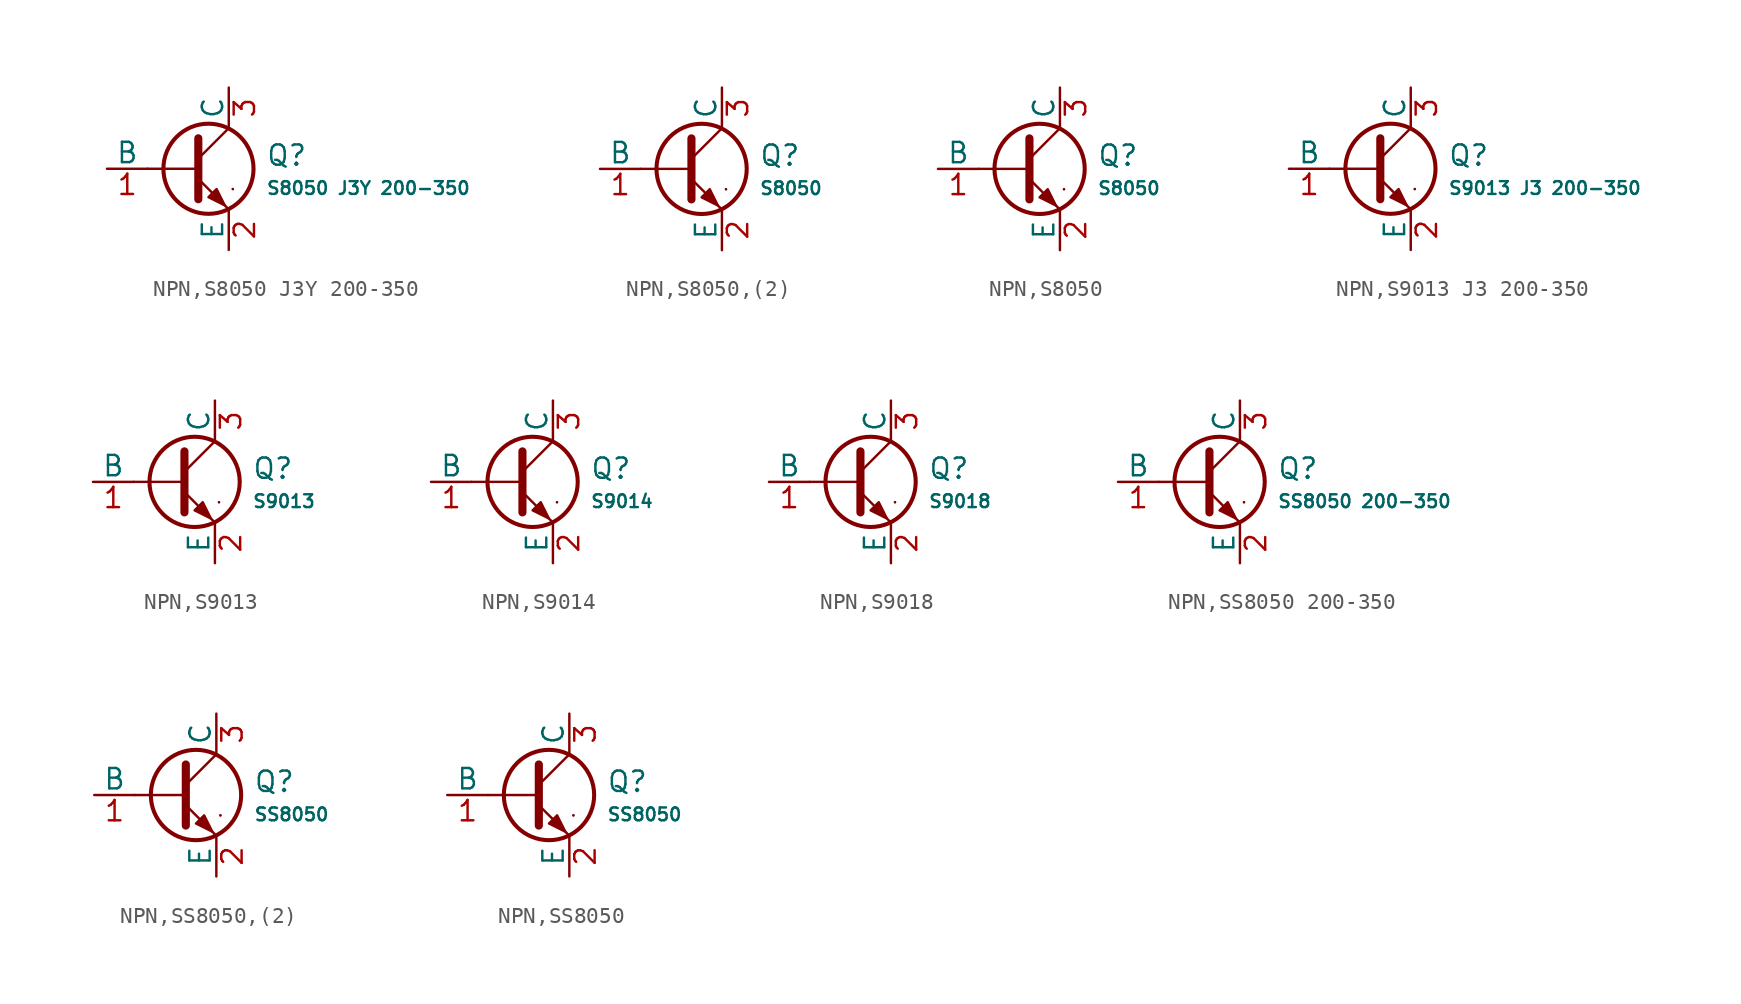
<source format=kicad_sym>
(kicad_symbol_lib
  (version 20231120)
  (generator "CDFER")
  (generator_version "8.0")
  (symbol "NPN,S8050 J3Y 200-350"
    (pin_names
      (offset 0))
    (property "Reference" "Q"
      (at 4.851 0.834 0)
      (effects (font (size 1.27 1.27)) (justify left)))
    (property "Value" "S8050 J3Y 200-350"
      (at 4.851 -1.212 0)
      (effects (font (size 0.8 0.8)) (justify left)))
    (symbol "NPN,S8050 J3Y 200-350_0_1"
      (polyline (pts (xy -2.54 0) (xy 0.635 0)) (stroke (width 0.152) (type default)) (fill (type none)))
      (polyline (pts (xy 0.635 0.635) (xy 2.54 2.54)) (stroke (width 0) (type default)) (fill (type none)))
      (polyline (pts (xy 2.794 -1.27) (xy 2.794 -1.27)) (stroke (width 0.152) (type default)) (fill (type none)))
      (polyline (pts (xy 2.794 -1.27) (xy 2.794 -1.27)) (stroke (width 0.152) (type default)) (fill (type none)))
      (polyline (pts (xy 0.635 -0.635) (xy 2.54 -2.54) (xy 2.54 -2.54)) (stroke (width 0) (type default)) (fill (type none)))
      (polyline (pts (xy 0.635 1.905) (xy 0.635 -1.905) (xy 0.635 -1.905)) (stroke (width 0.508) (type default)) (fill (type none)))
      (polyline (pts (xy 1.27 -1.778) (xy 1.778 -1.27) (xy 2.286 -2.286) (xy 1.27 -1.778) (xy 1.27 -1.778)) (stroke (width 0) (type default)) (fill (type outline)))
      (circle (center 1.27 0) (radius 2.819) (stroke (width 0.254) (type default)) (fill (type none))))
    (symbol "NPN,S8050 J3Y 200-350_1_1"
      (pin open_collector line (at 2.54 5.08 270) (length 2.54) (name "C" (effects (font (size 1.27 1.27)))) (number "3" (effects (font (size 1.27 1.27)))))
      (pin input line (at -5.08 0 0) (length 2.54) (name "B" (effects (font (size 1.27 1.27)))) (number "1" (effects (font (size 1.27 1.27)))))
      (pin open_emitter line (at 2.54 -5.08 90) (length 2.54) (name "E" (effects (font (size 1.27 1.27)))) (number "2" (effects (font (size 1.27 1.27)))))))
  (symbol "NPN,S8050,(2)"
    (pin_names
      (offset 0))
    (property "Reference" "Q"
      (at 4.851 0.834 0)
      (effects (font (size 1.27 1.27)) (justify left)))
    (property "Value" "S8050"
      (at 4.851 -1.212 0)
      (effects (font (size 0.8 0.8)) (justify left)))
    (symbol "NPN,S8050,(2)_0_1"
      (polyline (pts (xy -2.54 0) (xy 0.635 0)) (stroke (width 0.152) (type default)) (fill (type none)))
      (polyline (pts (xy 0.635 0.635) (xy 2.54 2.54)) (stroke (width 0) (type default)) (fill (type none)))
      (polyline (pts (xy 2.794 -1.27) (xy 2.794 -1.27)) (stroke (width 0.152) (type default)) (fill (type none)))
      (polyline (pts (xy 2.794 -1.27) (xy 2.794 -1.27)) (stroke (width 0.152) (type default)) (fill (type none)))
      (polyline (pts (xy 0.635 -0.635) (xy 2.54 -2.54) (xy 2.54 -2.54)) (stroke (width 0) (type default)) (fill (type none)))
      (polyline (pts (xy 0.635 1.905) (xy 0.635 -1.905) (xy 0.635 -1.905)) (stroke (width 0.508) (type default)) (fill (type none)))
      (polyline (pts (xy 1.27 -1.778) (xy 1.778 -1.27) (xy 2.286 -2.286) (xy 1.27 -1.778) (xy 1.27 -1.778)) (stroke (width 0) (type default)) (fill (type outline)))
      (circle (center 1.27 0) (radius 2.819) (stroke (width 0.254) (type default)) (fill (type none))))
    (symbol "NPN,S8050,(2)_1_1"
      (pin open_collector line (at 2.54 5.08 270) (length 2.54) (name "C" (effects (font (size 1.27 1.27)))) (number "3" (effects (font (size 1.27 1.27)))))
      (pin input line (at -5.08 0 0) (length 2.54) (name "B" (effects (font (size 1.27 1.27)))) (number "1" (effects (font (size 1.27 1.27)))))
      (pin open_emitter line (at 2.54 -5.08 90) (length 2.54) (name "E" (effects (font (size 1.27 1.27)))) (number "2" (effects (font (size 1.27 1.27)))))))
  (symbol "NPN,S8050"
    (pin_names
      (offset 0))
    (property "Reference" "Q"
      (at 4.851 0.834 0)
      (effects (font (size 1.27 1.27)) (justify left)))
    (property "Value" "S8050"
      (at 4.851 -1.212 0)
      (effects (font (size 0.8 0.8)) (justify left)))
    (symbol "NPN,S8050_0_1"
      (polyline (pts (xy -2.54 0) (xy 0.635 0)) (stroke (width 0.152) (type default)) (fill (type none)))
      (polyline (pts (xy 0.635 0.635) (xy 2.54 2.54)) (stroke (width 0) (type default)) (fill (type none)))
      (polyline (pts (xy 2.794 -1.27) (xy 2.794 -1.27)) (stroke (width 0.152) (type default)) (fill (type none)))
      (polyline (pts (xy 2.794 -1.27) (xy 2.794 -1.27)) (stroke (width 0.152) (type default)) (fill (type none)))
      (polyline (pts (xy 0.635 -0.635) (xy 2.54 -2.54) (xy 2.54 -2.54)) (stroke (width 0) (type default)) (fill (type none)))
      (polyline (pts (xy 0.635 1.905) (xy 0.635 -1.905) (xy 0.635 -1.905)) (stroke (width 0.508) (type default)) (fill (type none)))
      (polyline (pts (xy 1.27 -1.778) (xy 1.778 -1.27) (xy 2.286 -2.286) (xy 1.27 -1.778) (xy 1.27 -1.778)) (stroke (width 0) (type default)) (fill (type outline)))
      (circle (center 1.27 0) (radius 2.819) (stroke (width 0.254) (type default)) (fill (type none))))
    (symbol "NPN,S8050_1_1"
      (pin open_collector line (at 2.54 5.08 270) (length 2.54) (name "C" (effects (font (size 1.27 1.27)))) (number "3" (effects (font (size 1.27 1.27)))))
      (pin input line (at -5.08 0 0) (length 2.54) (name "B" (effects (font (size 1.27 1.27)))) (number "1" (effects (font (size 1.27 1.27)))))
      (pin open_emitter line (at 2.54 -5.08 90) (length 2.54) (name "E" (effects (font (size 1.27 1.27)))) (number "2" (effects (font (size 1.27 1.27)))))))
  (symbol "NPN,S9013 J3 200-350"
    (pin_names
      (offset 0))
    (property "Reference" "Q"
      (at 4.851 0.834 0)
      (effects (font (size 1.27 1.27)) (justify left)))
    (property "Value" "S9013 J3 200-350"
      (at 4.851 -1.212 0)
      (effects (font (size 0.8 0.8)) (justify left)))
    (symbol "NPN,S9013 J3 200-350_0_1"
      (polyline (pts (xy -2.54 0) (xy 0.635 0)) (stroke (width 0.152) (type default)) (fill (type none)))
      (polyline (pts (xy 0.635 0.635) (xy 2.54 2.54)) (stroke (width 0) (type default)) (fill (type none)))
      (polyline (pts (xy 2.794 -1.27) (xy 2.794 -1.27)) (stroke (width 0.152) (type default)) (fill (type none)))
      (polyline (pts (xy 2.794 -1.27) (xy 2.794 -1.27)) (stroke (width 0.152) (type default)) (fill (type none)))
      (polyline (pts (xy 0.635 -0.635) (xy 2.54 -2.54) (xy 2.54 -2.54)) (stroke (width 0) (type default)) (fill (type none)))
      (polyline (pts (xy 0.635 1.905) (xy 0.635 -1.905) (xy 0.635 -1.905)) (stroke (width 0.508) (type default)) (fill (type none)))
      (polyline (pts (xy 1.27 -1.778) (xy 1.778 -1.27) (xy 2.286 -2.286) (xy 1.27 -1.778) (xy 1.27 -1.778)) (stroke (width 0) (type default)) (fill (type outline)))
      (circle (center 1.27 0) (radius 2.819) (stroke (width 0.254) (type default)) (fill (type none))))
    (symbol "NPN,S9013 J3 200-350_1_1"
      (pin open_collector line (at 2.54 5.08 270) (length 2.54) (name "C" (effects (font (size 1.27 1.27)))) (number "3" (effects (font (size 1.27 1.27)))))
      (pin input line (at -5.08 0 0) (length 2.54) (name "B" (effects (font (size 1.27 1.27)))) (number "1" (effects (font (size 1.27 1.27)))))
      (pin open_emitter line (at 2.54 -5.08 90) (length 2.54) (name "E" (effects (font (size 1.27 1.27)))) (number "2" (effects (font (size 1.27 1.27)))))))
  (symbol "NPN,S9013"
    (pin_names
      (offset 0))
    (property "Reference" "Q"
      (at 4.851 0.834 0)
      (effects (font (size 1.27 1.27)) (justify left)))
    (property "Value" "S9013"
      (at 4.851 -1.212 0)
      (effects (font (size 0.8 0.8)) (justify left)))
    (symbol "NPN,S9013_0_1"
      (polyline (pts (xy -2.54 0) (xy 0.635 0)) (stroke (width 0.152) (type default)) (fill (type none)))
      (polyline (pts (xy 0.635 0.635) (xy 2.54 2.54)) (stroke (width 0) (type default)) (fill (type none)))
      (polyline (pts (xy 2.794 -1.27) (xy 2.794 -1.27)) (stroke (width 0.152) (type default)) (fill (type none)))
      (polyline (pts (xy 2.794 -1.27) (xy 2.794 -1.27)) (stroke (width 0.152) (type default)) (fill (type none)))
      (polyline (pts (xy 0.635 -0.635) (xy 2.54 -2.54) (xy 2.54 -2.54)) (stroke (width 0) (type default)) (fill (type none)))
      (polyline (pts (xy 0.635 1.905) (xy 0.635 -1.905) (xy 0.635 -1.905)) (stroke (width 0.508) (type default)) (fill (type none)))
      (polyline (pts (xy 1.27 -1.778) (xy 1.778 -1.27) (xy 2.286 -2.286) (xy 1.27 -1.778) (xy 1.27 -1.778)) (stroke (width 0) (type default)) (fill (type outline)))
      (circle (center 1.27 0) (radius 2.819) (stroke (width 0.254) (type default)) (fill (type none))))
    (symbol "NPN,S9013_1_1"
      (pin open_collector line (at 2.54 5.08 270) (length 2.54) (name "C" (effects (font (size 1.27 1.27)))) (number "3" (effects (font (size 1.27 1.27)))))
      (pin input line (at -5.08 0 0) (length 2.54) (name "B" (effects (font (size 1.27 1.27)))) (number "1" (effects (font (size 1.27 1.27)))))
      (pin open_emitter line (at 2.54 -5.08 90) (length 2.54) (name "E" (effects (font (size 1.27 1.27)))) (number "2" (effects (font (size 1.27 1.27)))))))
  (symbol "NPN,S9014"
    (pin_names
      (offset 0))
    (property "Reference" "Q"
      (at 4.851 0.834 0)
      (effects (font (size 1.27 1.27)) (justify left)))
    (property "Value" "S9014"
      (at 4.851 -1.212 0)
      (effects (font (size 0.8 0.8)) (justify left)))
    (symbol "NPN,S9014_0_1"
      (polyline (pts (xy -2.54 0) (xy 0.635 0)) (stroke (width 0.152) (type default)) (fill (type none)))
      (polyline (pts (xy 0.635 0.635) (xy 2.54 2.54)) (stroke (width 0) (type default)) (fill (type none)))
      (polyline (pts (xy 2.794 -1.27) (xy 2.794 -1.27)) (stroke (width 0.152) (type default)) (fill (type none)))
      (polyline (pts (xy 2.794 -1.27) (xy 2.794 -1.27)) (stroke (width 0.152) (type default)) (fill (type none)))
      (polyline (pts (xy 0.635 -0.635) (xy 2.54 -2.54) (xy 2.54 -2.54)) (stroke (width 0) (type default)) (fill (type none)))
      (polyline (pts (xy 0.635 1.905) (xy 0.635 -1.905) (xy 0.635 -1.905)) (stroke (width 0.508) (type default)) (fill (type none)))
      (polyline (pts (xy 1.27 -1.778) (xy 1.778 -1.27) (xy 2.286 -2.286) (xy 1.27 -1.778) (xy 1.27 -1.778)) (stroke (width 0) (type default)) (fill (type outline)))
      (circle (center 1.27 0) (radius 2.819) (stroke (width 0.254) (type default)) (fill (type none))))
    (symbol "NPN,S9014_1_1"
      (pin open_collector line (at 2.54 5.08 270) (length 2.54) (name "C" (effects (font (size 1.27 1.27)))) (number "3" (effects (font (size 1.27 1.27)))))
      (pin input line (at -5.08 0 0) (length 2.54) (name "B" (effects (font (size 1.27 1.27)))) (number "1" (effects (font (size 1.27 1.27)))))
      (pin open_emitter line (at 2.54 -5.08 90) (length 2.54) (name "E" (effects (font (size 1.27 1.27)))) (number "2" (effects (font (size 1.27 1.27)))))))
  (symbol "NPN,S9018"
    (pin_names
      (offset 0))
    (property "Reference" "Q"
      (at 4.851 0.834 0)
      (effects (font (size 1.27 1.27)) (justify left)))
    (property "Value" "S9018"
      (at 4.851 -1.212 0)
      (effects (font (size 0.8 0.8)) (justify left)))
    (symbol "NPN,S9018_0_1"
      (polyline (pts (xy -2.54 0) (xy 0.635 0)) (stroke (width 0.152) (type default)) (fill (type none)))
      (polyline (pts (xy 0.635 0.635) (xy 2.54 2.54)) (stroke (width 0) (type default)) (fill (type none)))
      (polyline (pts (xy 2.794 -1.27) (xy 2.794 -1.27)) (stroke (width 0.152) (type default)) (fill (type none)))
      (polyline (pts (xy 2.794 -1.27) (xy 2.794 -1.27)) (stroke (width 0.152) (type default)) (fill (type none)))
      (polyline (pts (xy 0.635 -0.635) (xy 2.54 -2.54) (xy 2.54 -2.54)) (stroke (width 0) (type default)) (fill (type none)))
      (polyline (pts (xy 0.635 1.905) (xy 0.635 -1.905) (xy 0.635 -1.905)) (stroke (width 0.508) (type default)) (fill (type none)))
      (polyline (pts (xy 1.27 -1.778) (xy 1.778 -1.27) (xy 2.286 -2.286) (xy 1.27 -1.778) (xy 1.27 -1.778)) (stroke (width 0) (type default)) (fill (type outline)))
      (circle (center 1.27 0) (radius 2.819) (stroke (width 0.254) (type default)) (fill (type none))))
    (symbol "NPN,S9018_1_1"
      (pin open_collector line (at 2.54 5.08 270) (length 2.54) (name "C" (effects (font (size 1.27 1.27)))) (number "3" (effects (font (size 1.27 1.27)))))
      (pin input line (at -5.08 0 0) (length 2.54) (name "B" (effects (font (size 1.27 1.27)))) (number "1" (effects (font (size 1.27 1.27)))))
      (pin open_emitter line (at 2.54 -5.08 90) (length 2.54) (name "E" (effects (font (size 1.27 1.27)))) (number "2" (effects (font (size 1.27 1.27)))))))
  (symbol "NPN,SS8050 200-350"
    (pin_names
      (offset 0))
    (property "Reference" "Q"
      (at 4.851 0.834 0)
      (effects (font (size 1.27 1.27)) (justify left)))
    (property "Value" "SS8050 200-350"
      (at 4.851 -1.212 0)
      (effects (font (size 0.8 0.8)) (justify left)))
    (symbol "NPN,SS8050 200-350_0_1"
      (polyline (pts (xy -2.54 0) (xy 0.635 0)) (stroke (width 0.152) (type default)) (fill (type none)))
      (polyline (pts (xy 0.635 0.635) (xy 2.54 2.54)) (stroke (width 0) (type default)) (fill (type none)))
      (polyline (pts (xy 2.794 -1.27) (xy 2.794 -1.27)) (stroke (width 0.152) (type default)) (fill (type none)))
      (polyline (pts (xy 2.794 -1.27) (xy 2.794 -1.27)) (stroke (width 0.152) (type default)) (fill (type none)))
      (polyline (pts (xy 0.635 -0.635) (xy 2.54 -2.54) (xy 2.54 -2.54)) (stroke (width 0) (type default)) (fill (type none)))
      (polyline (pts (xy 0.635 1.905) (xy 0.635 -1.905) (xy 0.635 -1.905)) (stroke (width 0.508) (type default)) (fill (type none)))
      (polyline (pts (xy 1.27 -1.778) (xy 1.778 -1.27) (xy 2.286 -2.286) (xy 1.27 -1.778) (xy 1.27 -1.778)) (stroke (width 0) (type default)) (fill (type outline)))
      (circle (center 1.27 0) (radius 2.819) (stroke (width 0.254) (type default)) (fill (type none))))
    (symbol "NPN,SS8050 200-350_1_1"
      (pin open_collector line (at 2.54 5.08 270) (length 2.54) (name "C" (effects (font (size 1.27 1.27)))) (number "3" (effects (font (size 1.27 1.27)))))
      (pin input line (at -5.08 0 0) (length 2.54) (name "B" (effects (font (size 1.27 1.27)))) (number "1" (effects (font (size 1.27 1.27)))))
      (pin open_emitter line (at 2.54 -5.08 90) (length 2.54) (name "E" (effects (font (size 1.27 1.27)))) (number "2" (effects (font (size 1.27 1.27)))))))
  (symbol "NPN,SS8050,(2)"
    (pin_names
      (offset 0))
    (property "Reference" "Q"
      (at 4.851 0.834 0)
      (effects (font (size 1.27 1.27)) (justify left)))
    (property "Value" "SS8050"
      (at 4.851 -1.212 0)
      (effects (font (size 0.8 0.8)) (justify left)))
    (symbol "NPN,SS8050,(2)_0_1"
      (polyline (pts (xy -2.54 0) (xy 0.635 0)) (stroke (width 0.152) (type default)) (fill (type none)))
      (polyline (pts (xy 0.635 0.635) (xy 2.54 2.54)) (stroke (width 0) (type default)) (fill (type none)))
      (polyline (pts (xy 2.794 -1.27) (xy 2.794 -1.27)) (stroke (width 0.152) (type default)) (fill (type none)))
      (polyline (pts (xy 2.794 -1.27) (xy 2.794 -1.27)) (stroke (width 0.152) (type default)) (fill (type none)))
      (polyline (pts (xy 0.635 -0.635) (xy 2.54 -2.54) (xy 2.54 -2.54)) (stroke (width 0) (type default)) (fill (type none)))
      (polyline (pts (xy 0.635 1.905) (xy 0.635 -1.905) (xy 0.635 -1.905)) (stroke (width 0.508) (type default)) (fill (type none)))
      (polyline (pts (xy 1.27 -1.778) (xy 1.778 -1.27) (xy 2.286 -2.286) (xy 1.27 -1.778) (xy 1.27 -1.778)) (stroke (width 0) (type default)) (fill (type outline)))
      (circle (center 1.27 0) (radius 2.819) (stroke (width 0.254) (type default)) (fill (type none))))
    (symbol "NPN,SS8050,(2)_1_1"
      (pin open_collector line (at 2.54 5.08 270) (length 2.54) (name "C" (effects (font (size 1.27 1.27)))) (number "3" (effects (font (size 1.27 1.27)))))
      (pin input line (at -5.08 0 0) (length 2.54) (name "B" (effects (font (size 1.27 1.27)))) (number "1" (effects (font (size 1.27 1.27)))))
      (pin open_emitter line (at 2.54 -5.08 90) (length 2.54) (name "E" (effects (font (size 1.27 1.27)))) (number "2" (effects (font (size 1.27 1.27)))))))
  (symbol "NPN,SS8050"
    (pin_names
      (offset 0))
    (property "Reference" "Q"
      (at 4.851 0.834 0)
      (effects (font (size 1.27 1.27)) (justify left)))
    (property "Value" "SS8050"
      (at 4.851 -1.212 0)
      (effects (font (size 0.8 0.8)) (justify left)))
    (symbol "NPN,SS8050_0_1"
      (polyline (pts (xy -2.54 0) (xy 0.635 0)) (stroke (width 0.152) (type default)) (fill (type none)))
      (polyline (pts (xy 0.635 0.635) (xy 2.54 2.54)) (stroke (width 0) (type default)) (fill (type none)))
      (polyline (pts (xy 2.794 -1.27) (xy 2.794 -1.27)) (stroke (width 0.152) (type default)) (fill (type none)))
      (polyline (pts (xy 2.794 -1.27) (xy 2.794 -1.27)) (stroke (width 0.152) (type default)) (fill (type none)))
      (polyline (pts (xy 0.635 -0.635) (xy 2.54 -2.54) (xy 2.54 -2.54)) (stroke (width 0) (type default)) (fill (type none)))
      (polyline (pts (xy 0.635 1.905) (xy 0.635 -1.905) (xy 0.635 -1.905)) (stroke (width 0.508) (type default)) (fill (type none)))
      (polyline (pts (xy 1.27 -1.778) (xy 1.778 -1.27) (xy 2.286 -2.286) (xy 1.27 -1.778) (xy 1.27 -1.778)) (stroke (width 0) (type default)) (fill (type outline)))
      (circle (center 1.27 0) (radius 2.819) (stroke (width 0.254) (type default)) (fill (type none))))
    (symbol "NPN,SS8050_1_1"
      (pin open_collector line (at 2.54 5.08 270) (length 2.54) (name "C" (effects (font (size 1.27 1.27)))) (number "3" (effects (font (size 1.27 1.27)))))
      (pin input line (at -5.08 0 0) (length 2.54) (name "B" (effects (font (size 1.27 1.27)))) (number "1" (effects (font (size 1.27 1.27)))))
      (pin open_emitter line (at 2.54 -5.08 90) (length 2.54) (name "E" (effects (font (size 1.27 1.27)))) (number "2" (effects (font (size 1.27 1.27))))))))
</source>
